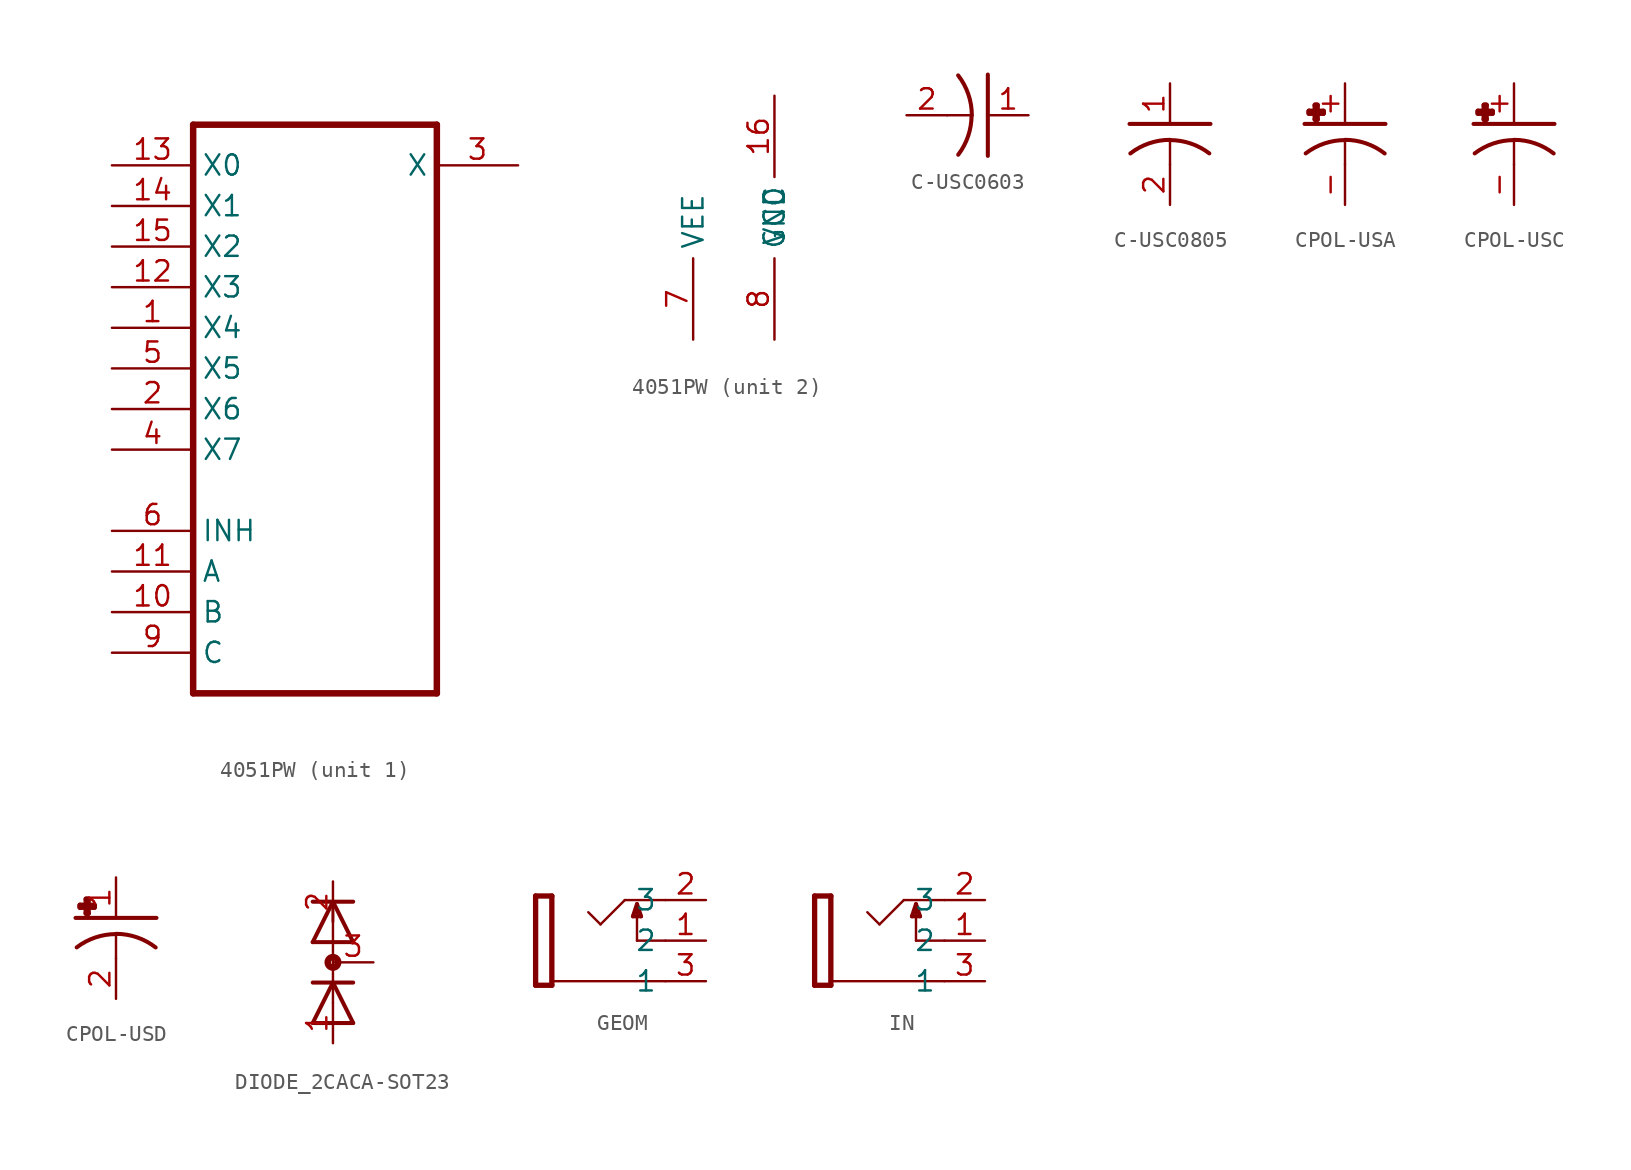
<source format=kicad_sym>
(kicad_symbol_lib
  (version 20231120)
  (generator "kicad_symbol_editor")
  (generator_version "8.0")
  (symbol "4051PW"
    (property "Reference" "IC"
      (at 0 0 0)
      (effects (font (size 1.27 1.27)) (hide yes)))
    (property "ki_locked" ""
      (at 0 0 0)
      (effects (font (size 1.27 1.27))))
    (symbol "4051PW_1_0"
      (polyline (pts (xy -7.62 -17.78) (xy 7.62 -17.78)) (stroke (width 0.406) (type solid)) (fill (type none)))
      (polyline (pts (xy -7.62 17.78) (xy -7.62 -17.78)) (stroke (width 0.406) (type solid)) (fill (type none)))
      (polyline (pts (xy 7.62 -17.78) (xy 7.62 17.78)) (stroke (width 0.406) (type solid)) (fill (type none)))
      (polyline (pts (xy 7.62 17.78) (xy -7.62 17.78)) (stroke (width 0.406) (type solid)) (fill (type none)))
      (pin bidirectional line (at -12.7 5.08 0) (length 5.08) (name "X4" (effects (font (size 1.27 1.27)))) (number "1" (effects (font (size 1.27 1.27)))))
      (pin input line (at -12.7 -12.7 0) (length 5.08) (name "B" (effects (font (size 1.27 1.27)))) (number "10" (effects (font (size 1.27 1.27)))))
      (pin input line (at -12.7 -10.16 0) (length 5.08) (name "A" (effects (font (size 1.27 1.27)))) (number "11" (effects (font (size 1.27 1.27)))))
      (pin bidirectional line (at -12.7 7.62 0) (length 5.08) (name "X3" (effects (font (size 1.27 1.27)))) (number "12" (effects (font (size 1.27 1.27)))))
      (pin bidirectional line (at -12.7 15.24 0) (length 5.08) (name "X0" (effects (font (size 1.27 1.27)))) (number "13" (effects (font (size 1.27 1.27)))))
      (pin bidirectional line (at -12.7 12.7 0) (length 5.08) (name "X1" (effects (font (size 1.27 1.27)))) (number "14" (effects (font (size 1.27 1.27)))))
      (pin bidirectional line (at -12.7 10.16 0) (length 5.08) (name "X2" (effects (font (size 1.27 1.27)))) (number "15" (effects (font (size 1.27 1.27)))))
      (pin bidirectional line (at -12.7 0 0) (length 5.08) (name "X6" (effects (font (size 1.27 1.27)))) (number "2" (effects (font (size 1.27 1.27)))))
      (pin bidirectional line (at 12.7 15.24 180) (length 5.08) (name "X" (effects (font (size 1.27 1.27)))) (number "3" (effects (font (size 1.27 1.27)))))
      (pin bidirectional line (at -12.7 -2.54 0) (length 5.08) (name "X7" (effects (font (size 1.27 1.27)))) (number "4" (effects (font (size 1.27 1.27)))))
      (pin bidirectional line (at -12.7 2.54 0) (length 5.08) (name "X5" (effects (font (size 1.27 1.27)))) (number "5" (effects (font (size 1.27 1.27)))))
      (pin input line (at -12.7 -7.62 0) (length 5.08) (name "INH" (effects (font (size 1.27 1.27)))) (number "6" (effects (font (size 1.27 1.27)))))
      (pin input line (at -12.7 -15.24 0) (length 5.08) (name "C" (effects (font (size 1.27 1.27)))) (number "9" (effects (font (size 1.27 1.27))))))
    (symbol "4051PW_2_0"
      (pin power_in line (at 2.54 7.62 270) (length 5.08) (name "VCC" (effects (font (size 1.27 1.27)))) (number "16" (effects (font (size 1.27 1.27)))))
      (pin power_in line (at -2.54 -7.62 90) (length 5.08) (name "VEE" (effects (font (size 1.27 1.27)))) (number "7" (effects (font (size 1.27 1.27)))))
      (pin power_in line (at 2.54 -7.62 90) (length 5.08) (name "GND" (effects (font (size 1.27 1.27)))) (number "8" (effects (font (size 1.27 1.27)))))))
  (symbol "C-USC0603"
    (property "Reference" "C"
      (at 0 0 0)
      (effects (font (size 1.27 1.27)) (hide yes)))
    (property "ki_locked" ""
      (at 0 0 0)
      (effects (font (size 1.27 1.27))))
    (symbol "C-USC0603_1_0"
      (arc (start -0.58 -2.467) (mid 0.04 -1.3021) (end 0.2541 0) (stroke (width 0.254) (type solid)) (fill (type none)))
      (polyline (pts (xy 0.254 0) (xy -1.27 0)) (stroke (width 0.152) (type solid)) (fill (type none)))
      (polyline (pts (xy 1.27 -2.54) (xy 1.27 2.54)) (stroke (width 0.254) (type solid)) (fill (type none)))
      (arc (start 0.27 0) (mid 0.0506 1.3157) (end -0.584 2.489) (stroke (width 0.254) (type solid)) (fill (type none)))
      (pin passive line (at 3.81 0 180) (length 2.54) (name "1" (effects (font (size 0 0)))) (number "1" (effects (font (size 1.27 1.27)))))
      (pin passive line (at -3.81 0 0) (length 2.54) (name "2" (effects (font (size 0 0)))) (number "2" (effects (font (size 1.27 1.27)))))))
  (symbol "C-USC0805"
    (property "Reference" "C"
      (at 0 0 0)
      (effects (font (size 1.27 1.27)) (hide yes)))
    (property "ki_locked" ""
      (at 0 0 0)
      (effects (font (size 1.27 1.27))))
    (symbol "C-USC0805_1_0"
      (polyline (pts (xy 0 0.254) (xy 0 -1.27)) (stroke (width 0.152) (type solid)) (fill (type none)))
      (polyline (pts (xy 2.54 1.27) (xy -2.54 1.27)) (stroke (width 0.254) (type solid)) (fill (type none)))
      (arc (start 0 0.27) (mid -1.3157 0.0506) (end -2.489 -0.584) (stroke (width 0.254) (type solid)) (fill (type none)))
      (arc (start 2.467 -0.58) (mid 1.3021 0.04) (end 0 0.254) (stroke (width 0.254) (type solid)) (fill (type none)))
      (pin passive line (at 0 3.81 270) (length 2.54) (name "1" (effects (font (size 0 0)))) (number "1" (effects (font (size 1.27 1.27)))))
      (pin passive line (at 0 -3.81 90) (length 2.54) (name "2" (effects (font (size 0 0)))) (number "2" (effects (font (size 1.27 1.27)))))))
  (symbol "CPOL-USA"
    (property "Reference" "C"
      (at 0 0 0)
      (effects (font (size 1.27 1.27)) (hide yes)))
    (property "ki_locked" ""
      (at 0 0 0)
      (effects (font (size 1.27 1.27))))
    (symbol "CPOL-USA_1_0"
      (arc (start 0 -0.334) (mid -1.3021 -0.548) (end -2.467 -1.168) (stroke (width 0.254) (type solid)) (fill (type none)))
      (polyline (pts (xy -2.54 0.682) (xy 2.54 0.682)) (stroke (width 0.254) (type solid)) (fill (type none)))
      (polyline (pts (xy -2.253 1.349) (xy -1.364 1.349)) (stroke (width 0.333) (type solid)) (fill (type none)))
      (polyline (pts (xy -2.253 1.477) (xy -2.253 1.349)) (stroke (width 0.333) (type solid)) (fill (type none)))
      (polyline (pts (xy -1.871 0.969) (xy -1.745 0.969)) (stroke (width 0.333) (type solid)) (fill (type none)))
      (polyline (pts (xy -1.871 1.858) (xy -1.871 0.969)) (stroke (width 0.333) (type solid)) (fill (type none)))
      (polyline (pts (xy -1.745 0.969) (xy -1.745 1.858)) (stroke (width 0.333) (type solid)) (fill (type none)))
      (polyline (pts (xy -1.745 1.858) (xy -1.871 1.858)) (stroke (width 0.333) (type solid)) (fill (type none)))
      (polyline (pts (xy -1.364 1.349) (xy -1.364 1.477)) (stroke (width 0.333) (type solid)) (fill (type none)))
      (polyline (pts (xy -1.364 1.477) (xy -2.253 1.477)) (stroke (width 0.333) (type solid)) (fill (type none)))
      (polyline (pts (xy 0 -0.334) (xy 0 -1.858)) (stroke (width 0.152) (type solid)) (fill (type none)))
      (arc (start 2.489 -1.172) (mid 1.3157 -0.5374) (end 0 -0.3179) (stroke (width 0.254) (type solid)) (fill (type none)))
      (pin passive line (at 0 3.222 270) (length 2.54) (name "+" (effects (font (size 0 0)))) (number "+" (effects (font (size 1.27 1.27)))))
      (pin passive line (at 0 -4.398 90) (length 2.54) (name "-" (effects (font (size 0 0)))) (number "-" (effects (font (size 1.27 1.27)))))))
  (symbol "CPOL-USC"
    (property "Reference" "C"
      (at 0 0 0)
      (effects (font (size 1.27 1.27)) (hide yes)))
    (property "ki_locked" ""
      (at 0 0 0)
      (effects (font (size 1.27 1.27))))
    (symbol "CPOL-USC_1_0"
      (arc (start 0 -0.334) (mid -1.3021 -0.548) (end -2.467 -1.168) (stroke (width 0.254) (type solid)) (fill (type none)))
      (polyline (pts (xy -2.54 0.682) (xy 2.54 0.682)) (stroke (width 0.254) (type solid)) (fill (type none)))
      (polyline (pts (xy -2.253 1.349) (xy -1.364 1.349)) (stroke (width 0.333) (type solid)) (fill (type none)))
      (polyline (pts (xy -2.253 1.477) (xy -2.253 1.349)) (stroke (width 0.333) (type solid)) (fill (type none)))
      (polyline (pts (xy -1.871 0.969) (xy -1.745 0.969)) (stroke (width 0.333) (type solid)) (fill (type none)))
      (polyline (pts (xy -1.871 1.858) (xy -1.871 0.969)) (stroke (width 0.333) (type solid)) (fill (type none)))
      (polyline (pts (xy -1.745 0.969) (xy -1.745 1.858)) (stroke (width 0.333) (type solid)) (fill (type none)))
      (polyline (pts (xy -1.745 1.858) (xy -1.871 1.858)) (stroke (width 0.333) (type solid)) (fill (type none)))
      (polyline (pts (xy -1.364 1.349) (xy -1.364 1.477)) (stroke (width 0.333) (type solid)) (fill (type none)))
      (polyline (pts (xy -1.364 1.477) (xy -2.253 1.477)) (stroke (width 0.333) (type solid)) (fill (type none)))
      (polyline (pts (xy 0 -0.334) (xy 0 -1.858)) (stroke (width 0.152) (type solid)) (fill (type none)))
      (arc (start 2.489 -1.172) (mid 1.3157 -0.5374) (end 0 -0.3179) (stroke (width 0.254) (type solid)) (fill (type none)))
      (pin passive line (at 0 3.222 270) (length 2.54) (name "+" (effects (font (size 0 0)))) (number "+" (effects (font (size 1.27 1.27)))))
      (pin passive line (at 0 -4.398 90) (length 2.54) (name "-" (effects (font (size 0 0)))) (number "-" (effects (font (size 1.27 1.27)))))))
  (symbol "CPOL-USD"
    (property "Reference" "C"
      (at 0 0 0)
      (effects (font (size 1.27 1.27)) (hide yes)))
    (property "ki_locked" ""
      (at 0 0 0)
      (effects (font (size 1.27 1.27))))
    (symbol "CPOL-USD_1_0"
      (arc (start 0 -0.334) (mid -1.3021 -0.548) (end -2.467 -1.168) (stroke (width 0.254) (type solid)) (fill (type none)))
      (polyline (pts (xy -2.54 0.682) (xy 2.54 0.682)) (stroke (width 0.254) (type solid)) (fill (type none)))
      (polyline (pts (xy -2.253 1.349) (xy -1.364 1.349)) (stroke (width 0.333) (type solid)) (fill (type none)))
      (polyline (pts (xy -2.253 1.477) (xy -2.253 1.349)) (stroke (width 0.333) (type solid)) (fill (type none)))
      (polyline (pts (xy -1.871 0.969) (xy -1.745 0.969)) (stroke (width 0.333) (type solid)) (fill (type none)))
      (polyline (pts (xy -1.871 1.858) (xy -1.871 0.969)) (stroke (width 0.333) (type solid)) (fill (type none)))
      (polyline (pts (xy -1.745 0.969) (xy -1.745 1.858)) (stroke (width 0.333) (type solid)) (fill (type none)))
      (polyline (pts (xy -1.745 1.858) (xy -1.871 1.858)) (stroke (width 0.333) (type solid)) (fill (type none)))
      (polyline (pts (xy -1.364 1.349) (xy -1.364 1.477)) (stroke (width 0.333) (type solid)) (fill (type none)))
      (polyline (pts (xy -1.364 1.477) (xy -2.253 1.477)) (stroke (width 0.333) (type solid)) (fill (type none)))
      (polyline (pts (xy 0 -0.334) (xy 0 -1.858)) (stroke (width 0.152) (type solid)) (fill (type none)))
      (arc (start 2.489 -1.172) (mid 1.3157 -0.5374) (end 0 -0.3179) (stroke (width 0.254) (type solid)) (fill (type none)))
      (pin passive line (at 0 3.222 270) (length 2.54) (name "+" (effects (font (size 0 0)))) (number "1" (effects (font (size 1.27 1.27)))))
      (pin passive line (at 0 -4.398 90) (length 2.54) (name "-" (effects (font (size 0 0)))) (number "2" (effects (font (size 1.27 1.27)))))))
  (symbol "DIODE_2CACA-SOT23"
    (property "Reference" "D"
      (at 0 0 0)
      (effects (font (size 1.27 1.27)) (hide yes)))
    (property "ki_locked" ""
      (at 0 0 0)
      (effects (font (size 1.27 1.27))))
    (symbol "DIODE_2CACA-SOT23_1_0"
      (polyline (pts (xy -1.27 -3.81) (xy 1.27 -3.81)) (stroke (width 0.254) (type solid)) (fill (type none)))
      (polyline (pts (xy -1.27 -1.27) (xy 0 -1.27)) (stroke (width 0.254) (type solid)) (fill (type none)))
      (polyline (pts (xy -1.27 1.27) (xy 1.27 1.27)) (stroke (width 0.254) (type solid)) (fill (type none)))
      (polyline (pts (xy -1.27 3.81) (xy 0 3.81)) (stroke (width 0.254) (type solid)) (fill (type none)))
      (polyline (pts (xy 0 -2.54) (xy 0 -1.27)) (stroke (width 0.152) (type solid)) (fill (type none)))
      (polyline (pts (xy 0 -1.27) (xy -1.27 -3.81)) (stroke (width 0.254) (type solid)) (fill (type none)))
      (polyline (pts (xy 0 -1.27) (xy 1.27 -1.27)) (stroke (width 0.254) (type solid)) (fill (type none)))
      (polyline (pts (xy 0 2.54) (xy 0 3.81)) (stroke (width 0.152) (type solid)) (fill (type none)))
      (polyline (pts (xy 0 3.81) (xy -1.27 1.27)) (stroke (width 0.254) (type solid)) (fill (type none)))
      (polyline (pts (xy 0 3.81) (xy 0 -1.27)) (stroke (width 0.152) (type solid)) (fill (type none)))
      (polyline (pts (xy 0 3.81) (xy 1.27 3.81)) (stroke (width 0.254) (type solid)) (fill (type none)))
      (polyline (pts (xy 1.27 -3.81) (xy 0 -1.27)) (stroke (width 0.254) (type solid)) (fill (type none)))
      (polyline (pts (xy 1.27 1.27) (xy 0 3.81)) (stroke (width 0.254) (type solid)) (fill (type none)))
      (circle (center 0 0) (radius 0.127) (stroke (width 0.406) (type solid)) (fill (type none)))
      (pin passive line (at 0 -5.08 90) (length 2.54) (name "A" (effects (font (size 0 0)))) (number "1" (effects (font (size 1.27 1.27)))))
      (pin passive line (at 0 5.08 270) (length 2.54) (name "C" (effects (font (size 0 0)))) (number "2" (effects (font (size 1.27 1.27)))))
      (pin passive line (at 2.54 0 180) (length 2.54) (name "AC" (effects (font (size 0 0)))) (number "3" (effects (font (size 1.27 1.27)))))))
  (symbol "GEOM"
    (property "Reference" "J"
      (at 0 0 0)
      (effects (font (size 1.27 1.27)) (hide yes)))
    (property "ki_locked" ""
      (at 0 0 0)
      (effects (font (size 1.27 1.27))))
    (symbol "GEOM_1_0"
      (polyline (pts (xy -4.063 -2.794) (xy -4.063 2.794)) (stroke (width 0.333) (type solid)) (fill (type none)))
      (polyline (pts (xy -4.063 2.794) (xy -3.047 2.794)) (stroke (width 0.333) (type solid)) (fill (type none)))
      (polyline (pts (xy -3.047 -2.794) (xy -4.063 -2.794)) (stroke (width 0.333) (type solid)) (fill (type none)))
      (polyline (pts (xy -3.047 2.794) (xy -3.047 -2.794)) (stroke (width 0.333) (type solid)) (fill (type none)))
      (polyline (pts (xy -0.001 1.016) (xy -0.763 1.778)) (stroke (width 0.152) (type solid)) (fill (type none)))
      (polyline (pts (xy 1.523 2.54) (xy -0.001 1.016)) (stroke (width 0.152) (type solid)) (fill (type none)))
      (polyline (pts (xy 2.031 1.524) (xy 2.285 2.286)) (stroke (width 0.254) (type solid)) (fill (type none)))
      (polyline (pts (xy 2.285 0) (xy 2.285 2.286)) (stroke (width 0.152) (type solid)) (fill (type none)))
      (polyline (pts (xy 2.285 2.286) (xy 2.539 1.524)) (stroke (width 0.254) (type solid)) (fill (type none)))
      (polyline (pts (xy 2.539 1.524) (xy 2.031 1.524)) (stroke (width 0.254) (type solid)) (fill (type none)))
      (polyline (pts (xy 4.063 -2.54) (xy -3.049 -2.54)) (stroke (width 0.152) (type solid)) (fill (type none)))
      (polyline (pts (xy 4.063 0) (xy 2.285 0)) (stroke (width 0.152) (type solid)) (fill (type none)))
      (polyline (pts (xy 4.063 2.54) (xy 1.523 2.54)) (stroke (width 0.152) (type solid)) (fill (type none)))
      (pin passive line (at 6.603 0 180) (length 2.54) (name "2" (effects (font (size 1.27 1.27)))) (number "1" (effects (font (size 1.27 1.27)))))
      (pin passive line (at 6.603 2.54 180) (length 2.54) (name "3" (effects (font (size 1.27 1.27)))) (number "2" (effects (font (size 1.27 1.27)))))
      (pin passive line (at 6.603 -2.54 180) (length 2.54) (name "1" (effects (font (size 1.27 1.27)))) (number "3" (effects (font (size 1.27 1.27)))))))
  (symbol "IN"
    (property "Reference" "J"
      (at 0 0 0)
      (effects (font (size 1.27 1.27)) (hide yes)))
    (property "ki_locked" ""
      (at 0 0 0)
      (effects (font (size 1.27 1.27))))
    (symbol "IN_1_0"
      (polyline (pts (xy -4.063 -2.794) (xy -4.063 2.794)) (stroke (width 0.333) (type solid)) (fill (type none)))
      (polyline (pts (xy -4.063 2.794) (xy -3.047 2.794)) (stroke (width 0.333) (type solid)) (fill (type none)))
      (polyline (pts (xy -3.047 -2.794) (xy -4.063 -2.794)) (stroke (width 0.333) (type solid)) (fill (type none)))
      (polyline (pts (xy -3.047 2.794) (xy -3.047 -2.794)) (stroke (width 0.333) (type solid)) (fill (type none)))
      (polyline (pts (xy -0.001 1.016) (xy -0.763 1.778)) (stroke (width 0.152) (type solid)) (fill (type none)))
      (polyline (pts (xy 1.523 2.54) (xy -0.001 1.016)) (stroke (width 0.152) (type solid)) (fill (type none)))
      (polyline (pts (xy 2.031 1.524) (xy 2.285 2.286)) (stroke (width 0.254) (type solid)) (fill (type none)))
      (polyline (pts (xy 2.285 0) (xy 2.285 2.286)) (stroke (width 0.152) (type solid)) (fill (type none)))
      (polyline (pts (xy 2.285 2.286) (xy 2.539 1.524)) (stroke (width 0.254) (type solid)) (fill (type none)))
      (polyline (pts (xy 2.539 1.524) (xy 2.031 1.524)) (stroke (width 0.254) (type solid)) (fill (type none)))
      (polyline (pts (xy 4.063 -2.54) (xy -3.049 -2.54)) (stroke (width 0.152) (type solid)) (fill (type none)))
      (polyline (pts (xy 4.063 0) (xy 2.285 0)) (stroke (width 0.152) (type solid)) (fill (type none)))
      (polyline (pts (xy 4.063 2.54) (xy 1.523 2.54)) (stroke (width 0.152) (type solid)) (fill (type none)))
      (pin passive line (at 6.603 0 180) (length 2.54) (name "2" (effects (font (size 1.27 1.27)))) (number "1" (effects (font (size 1.27 1.27)))))
      (pin passive line (at 6.603 2.54 180) (length 2.54) (name "3" (effects (font (size 1.27 1.27)))) (number "2" (effects (font (size 1.27 1.27)))))
      (pin passive line (at 6.603 -2.54 180) (length 2.54) (name "1" (effects (font (size 1.27 1.27)))) (number "3" (effects (font (size 1.27 1.27))))))))
</source>
